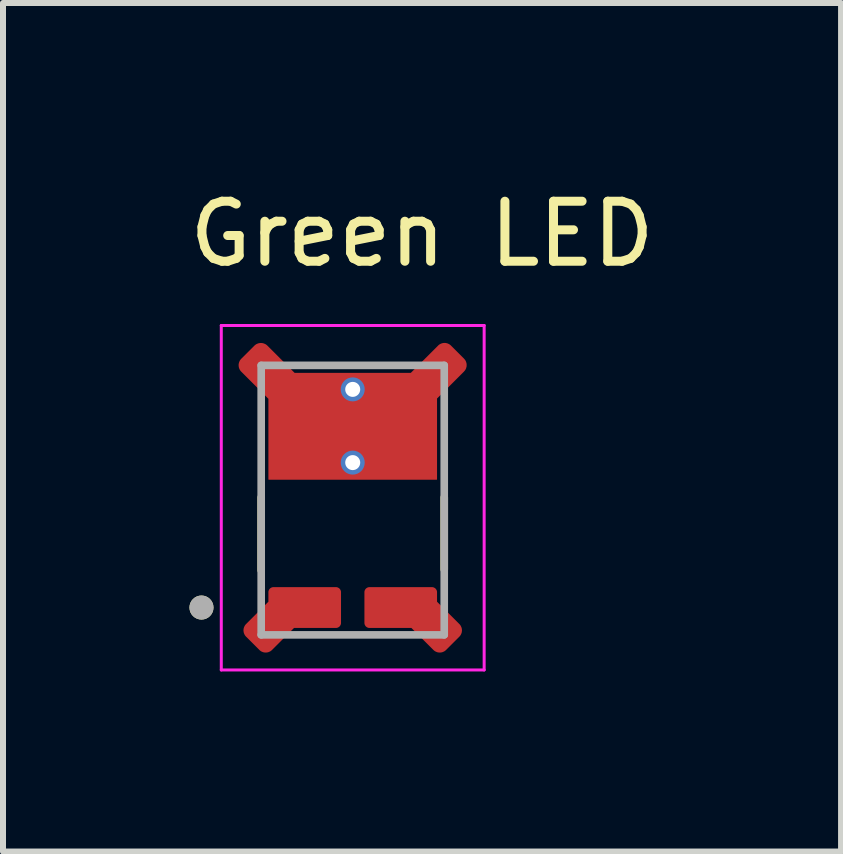
<source format=kicad_pcb>
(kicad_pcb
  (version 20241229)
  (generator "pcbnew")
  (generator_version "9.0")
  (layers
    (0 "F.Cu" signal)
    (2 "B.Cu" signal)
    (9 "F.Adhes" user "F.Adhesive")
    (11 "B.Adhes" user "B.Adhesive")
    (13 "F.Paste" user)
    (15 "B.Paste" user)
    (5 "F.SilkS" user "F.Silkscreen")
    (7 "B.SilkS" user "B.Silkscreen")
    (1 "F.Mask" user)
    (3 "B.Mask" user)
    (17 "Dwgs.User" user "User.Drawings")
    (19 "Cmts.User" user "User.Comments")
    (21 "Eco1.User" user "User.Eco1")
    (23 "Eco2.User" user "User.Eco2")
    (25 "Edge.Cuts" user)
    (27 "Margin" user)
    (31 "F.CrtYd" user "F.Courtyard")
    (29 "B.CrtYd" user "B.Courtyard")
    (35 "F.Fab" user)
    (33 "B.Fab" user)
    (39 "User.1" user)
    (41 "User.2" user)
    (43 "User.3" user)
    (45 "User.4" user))
  (footprint "Green LED"
    (layer "F.Cu")
    (at 2.827 4.563)
    (property "Reference" "Green LED" (at 1.155 -3.715 0) (layer "F.SilkS") (effects (font (size 1 1) (thickness 0.15))))
    (attr smd)
    (fp_circle (center 0 -1.125) (end 0.2 -1.125) (stroke (width 0) (type solid)) (fill yes) (layer "F.Mask"))
    (fp_circle (center 0 0.095) (end 0.2 0.095) (stroke (width 0) (type solid)) (fill yes) (layer "F.Mask"))
    (fp_poly (pts (xy -1.895 -1.65) (xy -1.9 -1.643) (xy -1.906 -1.636) (xy -1.911 -1.628) (xy -1.915 -1.621) (xy -1.919 -1.613) (xy -1.923 -1.604) (xy -1.927 -1.596) (xy -1.93 -1.587) (xy -1.933 -1.579) (xy -1.935 -1.57) (xy -1.937 -1.561) (xy -1.938 -1.552) (xy -1.939 -1.543) (xy -1.94 -1.534) (xy -1.94 -1.525) (xy -1.94 -1.516) (xy -1.939 -1.507) (xy -1.938 -1.498) (xy -1.937 -1.489) (xy -1.935 -1.48) (xy -1.933 -1.471) (xy -1.93 -1.463) (xy -1.927 -1.454) (xy -1.923 -1.446) (xy -1.919 -1.437) (xy -1.915 -1.429) (xy -1.911 -1.422) (xy -1.906 -1.414) (xy -1.9 -1.407) (xy -1.895 -1.4) (xy -1.45 -0.955) (xy -1.45 0.425) (xy -0.48 0.425) (xy -0.48 0.09) (xy 0 -0.39) (xy 0 -0.65) (xy -0.48 -1.12) (xy -0.48 -1.445) (xy -0.945 -1.445) (xy -1.4 -1.9) (xy -1.407 -1.905) (xy -1.414 -1.91) (xy -1.422 -1.915) (xy -1.429 -1.919) (xy -1.437 -1.923) (xy -1.445 -1.926) (xy -1.453 -1.93) (xy -1.462 -1.933) (xy -1.47 -1.935) (xy -1.479 -1.937) (xy -1.487 -1.939) (xy -1.496 -1.94) (xy -1.505 -1.941) (xy -1.514 -1.942) (xy -1.522 -1.942) (xy -1.531 -1.942) (xy -1.54 -1.941) (xy -1.549 -1.94) (xy -1.558 -1.939) (xy -1.566 -1.937) (xy -1.575 -1.935) (xy -1.583 -1.933) (xy -1.592 -1.93) (xy -1.6 -1.926) (xy -1.608 -1.923) (xy -1.616 -1.919) (xy -1.623 -1.915) (xy -1.631 -1.91) (xy -1.638 -1.905) (xy -1.645 -1.9) (xy -1.895 -1.65)) (stroke (width 0.01) (type solid)) (fill yes) (layer "F.Mask"))
    (fp_poly (pts (xy 1.895 -1.65) (xy 1.9 -1.643) (xy 1.906 -1.636) (xy 1.911 -1.628) (xy 1.915 -1.621) (xy 1.919 -1.613) (xy 1.923 -1.604) (xy 1.927 -1.596) (xy 1.93 -1.587) (xy 1.933 -1.579) (xy 1.935 -1.57) (xy 1.937 -1.561) (xy 1.938 -1.552) (xy 1.939 -1.543) (xy 1.94 -1.534) (xy 1.94 -1.525) (xy 1.94 -1.516) (xy 1.939 -1.507) (xy 1.938 -1.498) (xy 1.937 -1.489) (xy 1.935 -1.48) (xy 1.933 -1.471) (xy 1.93 -1.463) (xy 1.927 -1.454) (xy 1.923 -1.446) (xy 1.919 -1.437) (xy 1.915 -1.429) (xy 1.911 -1.422) (xy 1.906 -1.414) (xy 1.9 -1.407) (xy 1.895 -1.4) (xy 1.45 -0.955) (xy 1.45 0.425) (xy 0.48 0.425) (xy 0.48 0.09) (xy 0 -0.39) (xy 0 -0.65) (xy 0.48 -1.12) (xy 0.48 -1.445) (xy 0.945 -1.445) (xy 1.4 -1.9) (xy 1.407 -1.905) (xy 1.414 -1.91) (xy 1.422 -1.915) (xy 1.429 -1.919) (xy 1.437 -1.923) (xy 1.445 -1.926) (xy 1.453 -1.93) (xy 1.462 -1.933) (xy 1.47 -1.935) (xy 1.479 -1.937) (xy 1.487 -1.939) (xy 1.496 -1.94) (xy 1.505 -1.941) (xy 1.514 -1.942) (xy 1.522 -1.942) (xy 1.531 -1.942) (xy 1.54 -1.941) (xy 1.549 -1.94) (xy 1.558 -1.939) (xy 1.566 -1.937) (xy 1.575 -1.935) (xy 1.583 -1.933) (xy 1.592 -1.93) (xy 1.6 -1.926) (xy 1.608 -1.923) (xy 1.616 -1.919) (xy 1.623 -1.915) (xy 1.631 -1.91) (xy 1.638 -1.905) (xy 1.645 -1.9) (xy 1.895 -1.65)) (stroke (width 0.01) (type solid)) (fill yes) (layer "F.Mask"))
    (fp_poly (pts (xy -1.45 2.38) (xy -1.45 2.25) (xy -1.45 2.243) (xy -1.449 2.237) (xy -1.448 2.23) (xy -1.447 2.224) (xy -1.446 2.218) (xy -1.444 2.211) (xy -1.442 2.205) (xy -1.439 2.199) (xy -1.436 2.193) (xy -1.433 2.188) (xy -1.43 2.182) (xy -1.426 2.177) (xy -1.422 2.171) (xy -1.418 2.166) (xy -1.413 2.162) (xy -1.409 2.157) (xy -1.404 2.153) (xy -1.398 2.149) (xy -1.393 2.145) (xy -1.387 2.142) (xy -1.382 2.139) (xy -1.376 2.136) (xy -1.37 2.133) (xy -1.364 2.131) (xy -1.357 2.129) (xy -1.351 2.128) (xy -1.345 2.127) (xy -1.338 2.126) (xy -1.332 2.125) (xy -1.325 2.125) (xy -0.275 2.125) (xy -0.268 2.125) (xy -0.262 2.126) (xy -0.255 2.127) (xy -0.249 2.128) (xy -0.243 2.129) (xy -0.236 2.131) (xy -0.23 2.133) (xy -0.224 2.136) (xy -0.218 2.139) (xy -0.212 2.142) (xy -0.207 2.145) (xy -0.202 2.149) (xy -0.196 2.153) (xy -0.191 2.157) (xy -0.187 2.162) (xy -0.182 2.166) (xy -0.178 2.171) (xy -0.174 2.177) (xy -0.17 2.182) (xy -0.167 2.188) (xy -0.164 2.193) (xy -0.161 2.199) (xy -0.158 2.205) (xy -0.156 2.211) (xy -0.154 2.218) (xy -0.153 2.224) (xy -0.152 2.23) (xy -0.151 2.237) (xy -0.15 2.243) (xy -0.15 2.25) (xy -0.15 2.77) (xy -0.15 2.777) (xy -0.151 2.783) (xy -0.152 2.79) (xy -0.153 2.796) (xy -0.154 2.802) (xy -0.156 2.809) (xy -0.158 2.815) (xy -0.161 2.821) (xy -0.164 2.827) (xy -0.167 2.833) (xy -0.17 2.838) (xy -0.174 2.843) (xy -0.178 2.849) (xy -0.182 2.854) (xy -0.187 2.858) (xy -0.191 2.863) (xy -0.196 2.867) (xy -0.202 2.871) (xy -0.207 2.875) (xy -0.212 2.878) (xy -0.218 2.881) (xy -0.224 2.884) (xy -0.23 2.887) (xy -0.236 2.889) (xy -0.243 2.891) (xy -0.249 2.892) (xy -0.255 2.893) (xy -0.262 2.894) (xy -0.268 2.895) (xy -0.275 2.895) (xy -0.955 2.895) (xy -1.307 3.247) (xy -1.315 3.254) (xy -1.322 3.261) (xy -1.33 3.267) (xy -1.339 3.273) (xy -1.348 3.278) (xy -1.356 3.283) (xy -1.366 3.287) (xy -1.375 3.291) (xy -1.385 3.295) (xy -1.395 3.298) (xy -1.404 3.3) (xy -1.414 3.302) (xy -1.425 3.303) (xy -1.435 3.304) (xy -1.445 3.304) (xy -1.455 3.304) (xy -1.465 3.303) (xy -1.476 3.302) (xy -1.486 3.3) (xy -1.495 3.298) (xy -1.505 3.295) (xy -1.515 3.291) (xy -1.524 3.287) (xy -1.534 3.283) (xy -1.542 3.278) (xy -1.551 3.273) (xy -1.56 3.267) (xy -1.568 3.261) (xy -1.575 3.254) (xy -1.583 3.247) (xy -1.812 3.018) (xy -1.819 3.01) (xy -1.826 3.003) (xy -1.832 2.995) (xy -1.838 2.986) (xy -1.843 2.977) (xy -1.848 2.969) (xy -1.852 2.959) (xy -1.856 2.95) (xy -1.86 2.94) (xy -1.863 2.93) (xy -1.865 2.921) (xy -1.867 2.911) (xy -1.868 2.9) (xy -1.869 2.89) (xy -1.869 2.88) (xy -1.869 2.87) (xy -1.868 2.86) (xy -1.867 2.849) (xy -1.865 2.839) (xy -1.863 2.83) (xy -1.86 2.82) (xy -1.856 2.81) (xy -1.852 2.801) (xy -1.848 2.791) (xy -1.843 2.783) (xy -1.838 2.774) (xy -1.832 2.765) (xy -1.826 2.757) (xy -1.819 2.75) (xy -1.812 2.742) (xy -1.45 2.38)) (stroke (width 0.01) (type solid)) (fill yes) (layer "F.Mask"))
    (fp_poly (pts (xy 1.45 2.38) (xy 1.45 2.25) (xy 1.45 2.243) (xy 1.449 2.237) (xy 1.448 2.23) (xy 1.447 2.224) (xy 1.446 2.218) (xy 1.444 2.211) (xy 1.442 2.205) (xy 1.439 2.199) (xy 1.436 2.193) (xy 1.433 2.188) (xy 1.43 2.182) (xy 1.426 2.177) (xy 1.422 2.171) (xy 1.418 2.166) (xy 1.413 2.162) (xy 1.409 2.157) (xy 1.404 2.153) (xy 1.398 2.149) (xy 1.393 2.145) (xy 1.387 2.142) (xy 1.382 2.139) (xy 1.376 2.136) (xy 1.37 2.133) (xy 1.364 2.131) (xy 1.357 2.129) (xy 1.351 2.128) (xy 1.345 2.127) (xy 1.338 2.126) (xy 1.332 2.125) (xy 1.325 2.125) (xy 0.275 2.125) (xy 0.268 2.125) (xy 0.262 2.126) (xy 0.255 2.127) (xy 0.249 2.128) (xy 0.243 2.129) (xy 0.236 2.131) (xy 0.23 2.133) (xy 0.224 2.136) (xy 0.218 2.139) (xy 0.213 2.142) (xy 0.207 2.145) (xy 0.202 2.149) (xy 0.196 2.153) (xy 0.191 2.157) (xy 0.187 2.162) (xy 0.182 2.166) (xy 0.178 2.171) (xy 0.174 2.177) (xy 0.17 2.182) (xy 0.167 2.188) (xy 0.164 2.193) (xy 0.161 2.199) (xy 0.158 2.205) (xy 0.156 2.211) (xy 0.154 2.218) (xy 0.153 2.224) (xy 0.152 2.23) (xy 0.151 2.237) (xy 0.15 2.243) (xy 0.15 2.25) (xy 0.15 2.77) (xy 0.15 2.777) (xy 0.151 2.783) (xy 0.152 2.79) (xy 0.153 2.796) (xy 0.154 2.802) (xy 0.156 2.809) (xy 0.158 2.815) (xy 0.161 2.821) (xy 0.164 2.827) (xy 0.167 2.833) (xy 0.17 2.838) (xy 0.174 2.843) (xy 0.178 2.849) (xy 0.182 2.854) (xy 0.187 2.858) (xy 0.191 2.863) (xy 0.196 2.867) (xy 0.202 2.871) (xy 0.207 2.875) (xy 0.212 2.878) (xy 0.218 2.881) (xy 0.224 2.884) (xy 0.23 2.887) (xy 0.236 2.889) (xy 0.243 2.891) (xy 0.249 2.892) (xy 0.255 2.893) (xy 0.262 2.894) (xy 0.268 2.895) (xy 0.275 2.895) (xy 0.955 2.895) (xy 1.307 3.247) (xy 1.315 3.254) (xy 1.322 3.261) (xy 1.33 3.267) (xy 1.339 3.273) (xy 1.348 3.278) (xy 1.356 3.283) (xy 1.366 3.287) (xy 1.375 3.291) (xy 1.385 3.295) (xy 1.395 3.298) (xy 1.404 3.3) (xy 1.414 3.302) (xy 1.425 3.303) (xy 1.435 3.304) (xy 1.445 3.304) (xy 1.455 3.304) (xy 1.465 3.303) (xy 1.476 3.302) (xy 1.486 3.3) (xy 1.495 3.298) (xy 1.505 3.295) (xy 1.515 3.291) (xy 1.524 3.287) (xy 1.534 3.283) (xy 1.542 3.278) (xy 1.551 3.273) (xy 1.56 3.267) (xy 1.568 3.261) (xy 1.575 3.254) (xy 1.583 3.247) (xy 1.812 3.018) (xy 1.819 3.01) (xy 1.826 3.003) (xy 1.832 2.995) (xy 1.838 2.986) (xy 1.843 2.977) (xy 1.848 2.969) (xy 1.852 2.959) (xy 1.856 2.95) (xy 1.86 2.94) (xy 1.863 2.93) (xy 1.865 2.921) (xy 1.867 2.911) (xy 1.868 2.9) (xy 1.869 2.89) (xy 1.869 2.88) (xy 1.869 2.87) (xy 1.868 2.86) (xy 1.867 2.849) (xy 1.865 2.839) (xy 1.863 2.83) (xy 1.86 2.82) (xy 1.856 2.81) (xy 1.852 2.801) (xy 1.848 2.791) (xy 1.843 2.783) (xy 1.838 2.774) (xy 1.832 2.765) (xy 1.826 2.757) (xy 1.819 2.75) (xy 1.812 2.742) (xy 1.45 2.38)) (stroke (width 0.01) (type solid)) (fill yes) (layer "F.Mask"))
    (fp_line (start -1.525 1.89) (end -1.525 0.675) (stroke (width 0.127) (type solid)) (layer "F.SilkS"))
    (fp_line (start 1.525 0.675) (end 1.525 1.875) (stroke (width 0.127) (type solid)) (layer "F.SilkS"))
    (fp_circle (center -2.52 2.51) (end -2.42 2.51) (stroke (width 0.2) (type solid)) (fill no) (layer "F.SilkS"))
    (fp_poly (pts (xy -0.36 2.25) (xy -0.28 2.33) (xy -0.28 2.68) (xy -0.36 2.76) (xy -0.94 2.76) (xy -1.39 3.21) (xy -1.51 3.21) (xy -1.77 2.95) (xy -1.77 2.83) (xy -1.32 2.38) (xy -1.32 2.33) (xy -1.24 2.25)) (stroke (width 0.01) (type solid)) (fill yes) (layer "F.Paste"))
    (fp_poly (pts (xy 0.36 2.25) (xy 0.28 2.33) (xy 0.28 2.68) (xy 0.36 2.76) (xy 0.94 2.76) (xy 1.39 3.21) (xy 1.51 3.21) (xy 1.77 2.95) (xy 1.77 2.83) (xy 1.32 2.38) (xy 1.32 2.33) (xy 1.24 2.25)) (stroke (width 0.01) (type solid)) (fill yes) (layer "F.Paste"))
    (fp_poly (pts (xy -0.59 -1.32) (xy -0.5 -1.23) (xy -0.5 -1.11) (xy 0 -0.62) (xy 0 -0.42) (xy -0.5 0.08) (xy -0.5 0.2) (xy -0.59 0.29) (xy -1.24 0.29) (xy -1.32 0.21) (xy -1.32 -0.94) (xy -1.83 -1.45) (xy -1.83 -1.62) (xy -1.62 -1.83) (xy -1.45 -1.83) (xy -0.94 -1.32)) (stroke (width 0.01) (type solid)) (fill yes) (layer "F.Paste"))
    (fp_poly (pts (xy 0.6 -1.32) (xy 0.5 -1.22) (xy 0.5 -1.11) (xy 0 -0.61) (xy 0 -0.42) (xy 0.5 0.08) (xy 0.5 0.2) (xy 0.59 0.29) (xy 1.24 0.29) (xy 1.32 0.21) (xy 1.32 -0.94) (xy 1.83 -1.45) (xy 1.83 -1.62) (xy 1.62 -1.83) (xy 1.44 -1.83) (xy 0.93 -1.32)) (stroke (width 0.01) (type solid)) (fill yes) (layer "F.Paste"))
    (fp_line (start -2.19 -2.19) (end -2.19 3.55) (stroke (width 0.05) (type solid)) (layer "F.CrtYd"))
    (fp_line (start -2.19 3.55) (end 2.19 3.55) (stroke (width 0.05) (type solid)) (layer "F.CrtYd"))
    (fp_line (start 2.19 -2.19) (end -2.19 -2.19) (stroke (width 0.05) (type solid)) (layer "F.CrtYd"))
    (fp_line (start 2.19 3.55) (end 2.19 -2.19) (stroke (width 0.05) (type solid)) (layer "F.CrtYd"))
    (fp_line (start -1.525 -1.525) (end 1.525 -1.525) (stroke (width 0.127) (type solid)) (layer "F.Fab"))
    (fp_line (start -1.525 2.965) (end -1.525 -1.525) (stroke (width 0.127) (type solid)) (layer "F.Fab"))
    (fp_line (start 1.525 -1.525) (end 1.525 2.965) (stroke (width 0.127) (type solid)) (layer "F.Fab"))
    (fp_line (start 1.525 2.965) (end -1.525 2.965) (stroke (width 0.127) (type solid)) (layer "F.Fab"))
    (fp_circle (center -2.52 2.51) (end -2.42 2.51) (stroke (width 0.2) (type solid)) (fill no) (layer "F.Fab"))
    (pad "1" smd custom (at -0.8 2.51) (size 0.5 0.5) (layers "F.Cu") (options (anchor rect)) (primitives (gr_poly (pts (xy -0.753 0.702) (xy -0.972 0.483) (xy -0.978 0.477) (xy -0.983 0.471) (xy -0.987 0.465) (xy -0.992 0.459) (xy -0.996 0.452) (xy -0.999 0.446) (xy -1.002 0.439) (xy -1.005 0.432) (xy -1.008 0.425) (xy -1.01 0.418) (xy -1.012 0.41) (xy -1.013 0.403) (xy -1.014 0.395) (xy -1.015 0.388) (xy -1.015 0.38) (xy -1.015 0.372) (xy -1.014 0.365) (xy -1.013 0.357) (xy -1.012 0.35) (xy -1.01 0.342) (xy -1.008 0.335) (xy -1.005 0.328) (xy -1.002 0.321) (xy -0.999 0.314) (xy -0.996 0.308) (xy -0.992 0.301) (xy -0.987 0.295) (xy -0.983 0.289) (xy -0.978 0.283) (xy -0.972 0.277) (xy -0.6 -0.095) (xy -0.6 -0.255) (xy -0.6 -0.259) (xy -0.6 -0.263) (xy -0.599 -0.268) (xy -0.598 -0.272) (xy -0.597 -0.276) (xy -0.596 -0.28) (xy -0.595 -0.284) (xy -0.593 -0.288) (xy -0.591 -0.291) (xy -0.589 -0.295) (xy -0.587 -0.299) (xy -0.585 -0.302) (xy -0.582 -0.305) (xy -0.579 -0.309) (xy -0.577 -0.312) (xy -0.574 -0.314) (xy -0.57 -0.317) (xy -0.567 -0.32) (xy -0.564 -0.322) (xy -0.56 -0.324) (xy -0.556 -0.326) (xy -0.553 -0.328) (xy -0.549 -0.33) (xy -0.545 -0.331) (xy -0.541 -0.332) (xy -0.537 -0.333) (xy -0.533 -0.334) (xy -0.528 -0.335) (xy -0.524 -0.335) (xy -0.52 -0.335) (xy 0.52 -0.335) (xy 0.524 -0.335) (xy 0.528 -0.335) (xy 0.533 -0.334) (xy 0.537 -0.333) (xy 0.541 -0.332) (xy 0.545 -0.331) (xy 0.549 -0.33) (xy 0.553 -0.328) (xy 0.556 -0.326) (xy 0.56 -0.324) (xy 0.564 -0.322) (xy 0.567 -0.32) (xy 0.57 -0.317) (xy 0.574 -0.314) (xy 0.577 -0.312) (xy 0.579 -0.309) (xy 0.582 -0.305) (xy 0.585 -0.302) (xy 0.587 -0.299) (xy 0.589 -0.295) (xy 0.591 -0.291) (xy 0.593 -0.288) (xy 0.595 -0.284) (xy 0.596 -0.28) (xy 0.597 -0.276) (xy 0.598 -0.272) (xy 0.599 -0.268) (xy 0.6 -0.263) (xy 0.6 -0.259) (xy 0.6 -0.255) (xy 0.6 0.255) (xy 0.6 0.259) (xy 0.6 0.263) (xy 0.599 0.268) (xy 0.598 0.272) (xy 0.597 0.276) (xy 0.596 0.28) (xy 0.595 0.284) (xy 0.593 0.288) (xy 0.591 0.291) (xy 0.589 0.295) (xy 0.587 0.299) (xy 0.585 0.302) (xy 0.582 0.305) (xy 0.579 0.309) (xy 0.577 0.312) (xy 0.574 0.314) (xy 0.57 0.317) (xy 0.567 0.32) (xy 0.564 0.322) (xy 0.56 0.324) (xy 0.556 0.326) (xy 0.553 0.328) (xy 0.549 0.33) (xy 0.545 0.331) (xy 0.541 0.332) (xy 0.537 0.333) (xy 0.533 0.334) (xy 0.528 0.335) (xy 0.524 0.335) (xy 0.52 0.335) (xy -0.18 0.335) (xy -0.547 0.702) (xy -0.553 0.708) (xy -0.559 0.713) (xy -0.565 0.717) (xy -0.571 0.722) (xy -0.578 0.726) (xy -0.584 0.729) (xy -0.591 0.732) (xy -0.598 0.735) (xy -0.605 0.738) (xy -0.612 0.74) (xy -0.62 0.742) (xy -0.627 0.743) (xy -0.635 0.744) (xy -0.642 0.745) (xy -0.65 0.745) (xy -0.658 0.745) (xy -0.665 0.744) (xy -0.673 0.743) (xy -0.68 0.742) (xy -0.688 0.74) (xy -0.695 0.738) (xy -0.702 0.735) (xy -0.709 0.732) (xy -0.716 0.729) (xy -0.722 0.726) (xy -0.729 0.722) (xy -0.735 0.717) (xy -0.741 0.713) (xy -0.747 0.708) (xy -0.753 0.702) (xy -0.753 0.702)) (width 0.01) (fill yes))))
    (pad "2" smd custom (at 0.8 2.51) (size 0.5 0.5) (layers "F.Cu") (options (anchor rect)) (primitives (gr_poly (pts (xy 0.753 0.702) (xy 0.972 0.483) (xy 0.978 0.477) (xy 0.983 0.471) (xy 0.987 0.465) (xy 0.992 0.459) (xy 0.996 0.452) (xy 0.999 0.446) (xy 1.002 0.439) (xy 1.005 0.432) (xy 1.008 0.425) (xy 1.01 0.418) (xy 1.012 0.41) (xy 1.013 0.403) (xy 1.014 0.395) (xy 1.015 0.388) (xy 1.015 0.38) (xy 1.015 0.372) (xy 1.014 0.365) (xy 1.013 0.357) (xy 1.012 0.35) (xy 1.01 0.342) (xy 1.008 0.335) (xy 1.005 0.328) (xy 1.002 0.321) (xy 0.999 0.314) (xy 0.996 0.308) (xy 0.992 0.301) (xy 0.987 0.295) (xy 0.983 0.289) (xy 0.978 0.283) (xy 0.972 0.277) (xy 0.6 -0.095) (xy 0.6 -0.255) (xy 0.6 -0.259) (xy 0.6 -0.263) (xy 0.599 -0.268) (xy 0.598 -0.272) (xy 0.597 -0.276) (xy 0.596 -0.28) (xy 0.595 -0.284) (xy 0.593 -0.288) (xy 0.591 -0.291) (xy 0.589 -0.295) (xy 0.587 -0.299) (xy 0.585 -0.302) (xy 0.582 -0.305) (xy 0.579 -0.309) (xy 0.577 -0.312) (xy 0.574 -0.314) (xy 0.57 -0.317) (xy 0.567 -0.32) (xy 0.564 -0.322) (xy 0.56 -0.324) (xy 0.556 -0.326) (xy 0.553 -0.328) (xy 0.549 -0.33) (xy 0.545 -0.331) (xy 0.541 -0.332) (xy 0.537 -0.333) (xy 0.533 -0.334) (xy 0.528 -0.335) (xy 0.524 -0.335) (xy 0.52 -0.335) (xy -0.52 -0.335) (xy -0.524 -0.335) (xy -0.528 -0.335) (xy -0.533 -0.334) (xy -0.537 -0.333) (xy -0.541 -0.332) (xy -0.545 -0.331) (xy -0.549 -0.33) (xy -0.553 -0.328) (xy -0.556 -0.326) (xy -0.56 -0.324) (xy -0.564 -0.322) (xy -0.567 -0.32) (xy -0.57 -0.317) (xy -0.574 -0.314) (xy -0.577 -0.312) (xy -0.579 -0.309) (xy -0.582 -0.305) (xy -0.585 -0.302) (xy -0.587 -0.299) (xy -0.589 -0.295) (xy -0.591 -0.291) (xy -0.593 -0.288) (xy -0.595 -0.284) (xy -0.596 -0.28) (xy -0.597 -0.276) (xy -0.598 -0.272) (xy -0.599 -0.268) (xy -0.6 -0.263) (xy -0.6 -0.259) (xy -0.6 -0.255) (xy -0.6 0.255) (xy -0.6 0.259) (xy -0.6 0.263) (xy -0.599 0.268) (xy -0.598 0.272) (xy -0.597 0.276) (xy -0.596 0.28) (xy -0.595 0.284) (xy -0.593 0.288) (xy -0.591 0.291) (xy -0.589 0.295) (xy -0.587 0.299) (xy -0.585 0.302) (xy -0.582 0.305) (xy -0.579 0.309) (xy -0.577 0.312) (xy -0.574 0.314) (xy -0.57 0.317) (xy -0.567 0.32) (xy -0.564 0.322) (xy -0.56 0.324) (xy -0.556 0.326) (xy -0.553 0.328) (xy -0.549 0.33) (xy -0.545 0.331) (xy -0.541 0.332) (xy -0.537 0.333) (xy -0.533 0.334) (xy -0.528 0.335) (xy -0.524 0.335) (xy -0.52 0.335) (xy 0.18 0.335) (xy 0.547 0.702) (xy 0.553 0.708) (xy 0.559 0.713) (xy 0.565 0.717) (xy 0.571 0.722) (xy 0.578 0.726) (xy 0.584 0.729) (xy 0.591 0.732) (xy 0.598 0.735) (xy 0.605 0.738) (xy 0.612 0.74) (xy 0.62 0.742) (xy 0.627 0.743) (xy 0.635 0.744) (xy 0.642 0.745) (xy 0.65 0.745) (xy 0.658 0.745) (xy 0.665 0.744) (xy 0.673 0.743) (xy 0.68 0.742) (xy 0.688 0.74) (xy 0.695 0.738) (xy 0.702 0.735) (xy 0.709 0.732) (xy 0.716 0.729) (xy 0.722 0.726) (xy 0.729 0.722) (xy 0.735 0.717) (xy 0.741 0.713) (xy 0.747 0.708) (xy 0.753 0.702) (xy 0.753 0.702)) (width 0.01) (fill yes))))
    (pad "3" smd custom (at 0 -0.51) (size 0.8 0.8) (layers "F.Cu") (options (anchor rect)) (primitives (gr_poly (pts (xy -1.85 -1.125) (xy -1.856 -1.119) (xy -1.861 -1.113) (xy -1.866 -1.107) (xy -1.871 -1.101) (xy -1.875 -1.094) (xy -1.879 -1.087) (xy -1.882 -1.08) (xy -1.885 -1.073) (xy -1.888 -1.066) (xy -1.89 -1.058) (xy -1.892 -1.051) (xy -1.894 -1.043) (xy -1.895 -1.036) (xy -1.896 -1.028) (xy -1.896 -1.02) (xy -1.896 -1.012) (xy -1.895 -1.005) (xy -1.895 -0.997) (xy -1.893 -0.989) (xy -1.892 -0.982) (xy -1.89 -0.974) (xy -1.887 -0.967) (xy -1.884 -0.959) (xy -1.881 -0.952) (xy -1.877 -0.945) (xy -1.873 -0.939) (xy -1.869 -0.932) (xy -1.865 -0.926) (xy -1.86 -0.92) (xy -1.855 -0.915) (xy -1.4 -0.46) (xy -1.4 0.885) (xy 1.4 0.885) (xy 1.4 -0.465) (xy 1.85 -0.915) (xy 1.855 -0.921) (xy 1.86 -0.927) (xy 1.865 -0.933) (xy 1.87 -0.939) (xy 1.874 -0.946) (xy 1.877 -0.953) (xy 1.881 -0.96) (xy 1.884 -0.967) (xy 1.886 -0.974) (xy 1.888 -0.982) (xy 1.89 -0.989) (xy 1.892 -0.997) (xy 1.893 -1.004) (xy 1.893 -1.012) (xy 1.893 -1.02) (xy 1.893 -1.028) (xy 1.893 -1.036) (xy 1.892 -1.043) (xy 1.89 -1.051) (xy 1.888 -1.058) (xy 1.886 -1.066) (xy 1.884 -1.073) (xy 1.881 -1.08) (xy 1.877 -1.087) (xy 1.874 -1.094) (xy 1.87 -1.101) (xy 1.865 -1.107) (xy 1.86 -1.113) (xy 1.855 -1.119) (xy 1.85 -1.125) (xy 1.635 -1.34) (xy 1.63 -1.345) (xy 1.624 -1.35) (xy 1.618 -1.355) (xy 1.612 -1.359) (xy 1.606 -1.363) (xy 1.599 -1.367) (xy 1.592 -1.37) (xy 1.586 -1.373) (xy 1.578 -1.376) (xy 1.571 -1.378) (xy 1.564 -1.38) (xy 1.556 -1.382) (xy 1.549 -1.383) (xy 1.541 -1.384) (xy 1.534 -1.384) (xy 1.526 -1.384) (xy 1.519 -1.384) (xy 1.511 -1.383) (xy 1.504 -1.382) (xy 1.496 -1.38) (xy 1.489 -1.378) (xy 1.482 -1.376) (xy 1.474 -1.373) (xy 1.467 -1.37) (xy 1.461 -1.367) (xy 1.454 -1.363) (xy 1.448 -1.359) (xy 1.441 -1.355) (xy 1.436 -1.35) (xy 1.43 -1.345) (xy 0.97 -0.885) (xy -0.97 -0.885) (xy -1.425 -1.34) (xy -1.431 -1.346) (xy -1.437 -1.351) (xy -1.443 -1.355) (xy -1.45 -1.36) (xy -1.456 -1.364) (xy -1.463 -1.367) (xy -1.47 -1.37) (xy -1.477 -1.373) (xy -1.485 -1.376) (xy -1.492 -1.378) (xy -1.499 -1.38) (xy -1.507 -1.381) (xy -1.515 -1.382) (xy -1.522 -1.383) (xy -1.53 -1.383) (xy -1.538 -1.383) (xy -1.545 -1.382) (xy -1.553 -1.381) (xy -1.561 -1.38) (xy -1.568 -1.378) (xy -1.575 -1.376) (xy -1.583 -1.373) (xy -1.59 -1.37) (xy -1.597 -1.367) (xy -1.604 -1.364) (xy -1.61 -1.36) (xy -1.617 -1.355) (xy -1.623 -1.351) (xy -1.629 -1.346) (xy -1.635 -1.34) (xy -1.85 -1.125)) (width 0.01) (fill yes))))
    (pad "4" thru_hole circle (at 0 0.095) (size 0.4 0.4) (drill 0.25) (layers "*.Cu"))
    (pad "5" thru_hole circle (at 0 -1.125) (size 0.4 0.4) (drill 0.25) (layers "*.Cu"))
    (zone (net_name "") (layer "F.Cu") (hatch full 0.508) (connect_pads) (min_thickness 0.01) (filled_areas_thickness no) (keepout (tracks not_allowed) (vias not_allowed) (pads not_allowed) (copperpour not_allowed) (footprints allowed)) (placement (enabled no)) (fill) (polygon (pts (xy 1.287 6.223) (xy 4.367 6.223) (xy 4.367 6.723) (xy 1.287 6.723)))))
  (gr_rect
    (start -3 -3)
    (end 10.964 11.138)
    (stroke (width 0.1) (type default))
    (fill no)
    (layer "Edge.Cuts")))
</source>
